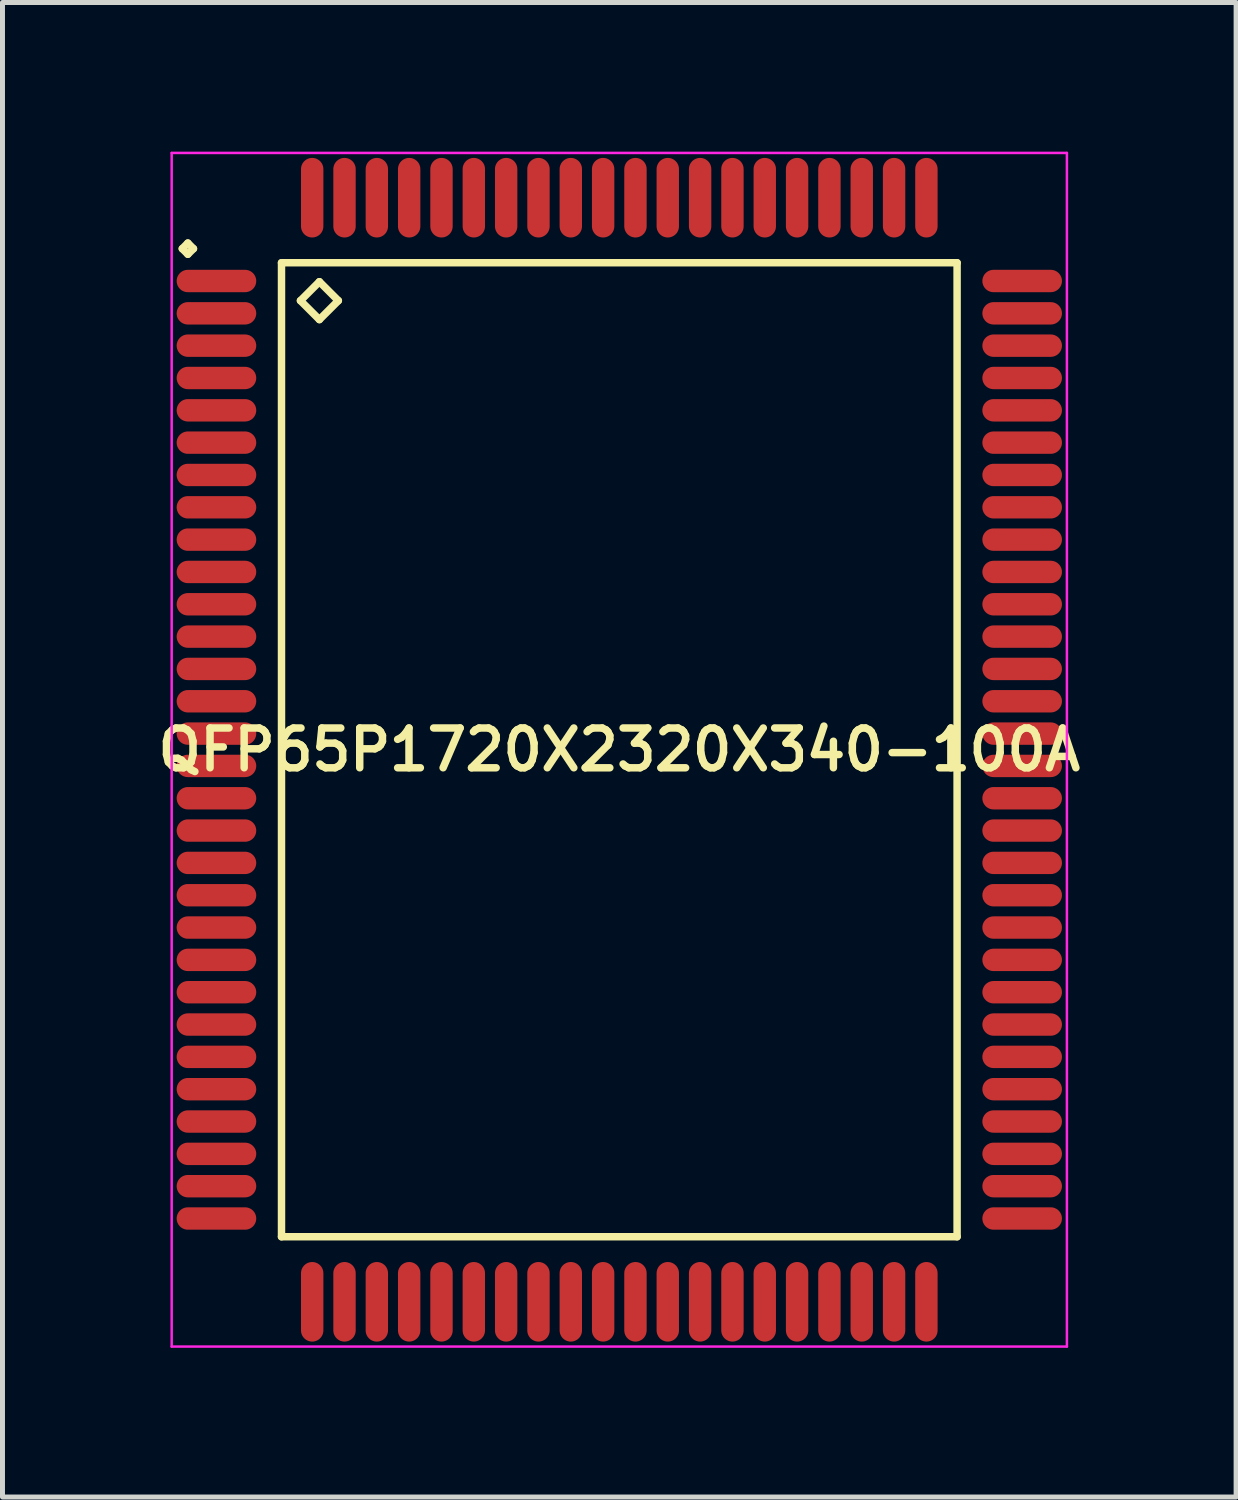
<source format=kicad_pcb>
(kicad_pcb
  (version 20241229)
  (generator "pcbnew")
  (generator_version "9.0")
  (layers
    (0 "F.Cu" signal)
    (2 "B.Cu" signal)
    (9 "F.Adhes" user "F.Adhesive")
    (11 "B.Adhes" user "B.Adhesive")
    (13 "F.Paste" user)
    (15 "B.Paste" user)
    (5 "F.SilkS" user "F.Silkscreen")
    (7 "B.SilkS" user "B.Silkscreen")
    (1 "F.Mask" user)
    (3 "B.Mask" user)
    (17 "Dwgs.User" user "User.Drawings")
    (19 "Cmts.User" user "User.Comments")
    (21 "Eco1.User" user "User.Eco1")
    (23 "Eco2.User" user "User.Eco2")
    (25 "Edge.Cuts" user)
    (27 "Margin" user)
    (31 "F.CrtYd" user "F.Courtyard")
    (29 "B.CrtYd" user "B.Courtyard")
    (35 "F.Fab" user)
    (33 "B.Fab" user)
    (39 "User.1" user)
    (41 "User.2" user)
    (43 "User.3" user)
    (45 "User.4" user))
  (footprint "QFP65P1720X2320X340-100A"
    (layer "F.Cu")
    (at 9.402 12.025)
    (property "Reference" "QFP65P1720X2320X340-100A" (at 0 0 0) (layer "F.SilkS") (effects (font (size 0.8 0.8) (thickness 0.15))))
    (attr smd)
    (fp_line (start -8.787 -10.075) (end -8.675 -10.188) (stroke (width 0.15) (type solid)) (layer "F.SilkS"))
    (fp_line (start -8.675 -10.188) (end -8.562 -10.075) (stroke (width 0.15) (type solid)) (layer "F.SilkS"))
    (fp_line (start -8.675 -9.963) (end -8.787 -10.075) (stroke (width 0.15) (type solid)) (layer "F.SilkS"))
    (fp_line (start -8.562 -10.075) (end -8.675 -9.963) (stroke (width 0.15) (type solid)) (layer "F.SilkS"))
    (fp_line (start -6.792 -9.792) (end -6.792 9.792) (stroke (width 0.15) (type solid)) (layer "F.SilkS"))
    (fp_line (start -6.792 9.792) (end 6.792 9.792) (stroke (width 0.15) (type solid)) (layer "F.SilkS"))
    (fp_line (start -6.411 -9.03) (end -6.03 -9.411) (stroke (width 0.15) (type solid)) (layer "F.SilkS"))
    (fp_line (start -6.03 -9.411) (end -5.649 -9.03) (stroke (width 0.15) (type solid)) (layer "F.SilkS"))
    (fp_line (start -6.03 -8.649) (end -6.411 -9.03) (stroke (width 0.15) (type solid)) (layer "F.SilkS"))
    (fp_line (start -5.649 -9.03) (end -6.03 -8.649) (stroke (width 0.15) (type solid)) (layer "F.SilkS"))
    (fp_line (start 6.792 -9.792) (end -6.792 -9.792) (stroke (width 0.15) (type solid)) (layer "F.SilkS"))
    (fp_line (start 6.792 9.792) (end 6.792 -9.792) (stroke (width 0.15) (type solid)) (layer "F.SilkS"))
    (fp_line (start -9 -12) (end 9 -12) (stroke (width 0.05) (type solid)) (layer "F.CrtYd"))
    (fp_line (start -9 12) (end -9 -12) (stroke (width 0.05) (type solid)) (layer "F.CrtYd"))
    (fp_line (start 9 -12) (end 9 12) (stroke (width 0.05) (type solid)) (layer "F.CrtYd"))
    (fp_line (start 9 12) (end -9 12) (stroke (width 0.05) (type solid)) (layer "F.CrtYd"))
    (pad "1" smd oval (at -8.1 -9.425) (size 1.6 0.45) (layers "F.Cu" "F.Mask" "F.Paste"))
    (pad "2" smd oval (at -8.1 -8.775) (size 1.6 0.45) (layers "F.Cu" "F.Mask" "F.Paste"))
    (pad "3" smd oval (at -8.1 -8.125) (size 1.6 0.45) (layers "F.Cu" "F.Mask" "F.Paste"))
    (pad "4" smd oval (at -8.1 -7.475) (size 1.6 0.45) (layers "F.Cu" "F.Mask" "F.Paste"))
    (pad "5" smd oval (at -8.1 -6.825) (size 1.6 0.45) (layers "F.Cu" "F.Mask" "F.Paste"))
    (pad "6" smd oval (at -8.1 -6.175) (size 1.6 0.45) (layers "F.Cu" "F.Mask" "F.Paste"))
    (pad "7" smd oval (at -8.1 -5.525) (size 1.6 0.45) (layers "F.Cu" "F.Mask" "F.Paste"))
    (pad "8" smd oval (at -8.1 -4.875) (size 1.6 0.45) (layers "F.Cu" "F.Mask" "F.Paste"))
    (pad "9" smd oval (at -8.1 -4.225) (size 1.6 0.45) (layers "F.Cu" "F.Mask" "F.Paste"))
    (pad "10" smd oval (at -8.1 -3.575) (size 1.6 0.45) (layers "F.Cu" "F.Mask" "F.Paste"))
    (pad "11" smd oval (at -8.1 -2.925) (size 1.6 0.45) (layers "F.Cu" "F.Mask" "F.Paste"))
    (pad "12" smd oval (at -8.1 -2.275) (size 1.6 0.45) (layers "F.Cu" "F.Mask" "F.Paste"))
    (pad "13" smd oval (at -8.1 -1.625) (size 1.6 0.45) (layers "F.Cu" "F.Mask" "F.Paste"))
    (pad "14" smd oval (at -8.1 -0.975) (size 1.6 0.45) (layers "F.Cu" "F.Mask" "F.Paste"))
    (pad "15" smd oval (at -8.1 -0.325) (size 1.6 0.45) (layers "F.Cu" "F.Mask" "F.Paste"))
    (pad "16" smd oval (at -8.1 0.325) (size 1.6 0.45) (layers "F.Cu" "F.Mask" "F.Paste"))
    (pad "17" smd oval (at -8.1 0.975) (size 1.6 0.45) (layers "F.Cu" "F.Mask" "F.Paste"))
    (pad "18" smd oval (at -8.1 1.625) (size 1.6 0.45) (layers "F.Cu" "F.Mask" "F.Paste"))
    (pad "19" smd oval (at -8.1 2.275) (size 1.6 0.45) (layers "F.Cu" "F.Mask" "F.Paste"))
    (pad "20" smd oval (at -8.1 2.925) (size 1.6 0.45) (layers "F.Cu" "F.Mask" "F.Paste"))
    (pad "21" smd oval (at -8.1 3.575) (size 1.6 0.45) (layers "F.Cu" "F.Mask" "F.Paste"))
    (pad "22" smd oval (at -8.1 4.225) (size 1.6 0.45) (layers "F.Cu" "F.Mask" "F.Paste"))
    (pad "23" smd oval (at -8.1 4.875) (size 1.6 0.45) (layers "F.Cu" "F.Mask" "F.Paste"))
    (pad "24" smd oval (at -8.1 5.525) (size 1.6 0.45) (layers "F.Cu" "F.Mask" "F.Paste"))
    (pad "25" smd oval (at -8.1 6.175) (size 1.6 0.45) (layers "F.Cu" "F.Mask" "F.Paste"))
    (pad "26" smd oval (at -8.1 6.825) (size 1.6 0.45) (layers "F.Cu" "F.Mask" "F.Paste"))
    (pad "27" smd oval (at -8.1 7.475) (size 1.6 0.45) (layers "F.Cu" "F.Mask" "F.Paste"))
    (pad "28" smd oval (at -8.1 8.125) (size 1.6 0.45) (layers "F.Cu" "F.Mask" "F.Paste"))
    (pad "29" smd oval (at -8.1 8.775) (size 1.6 0.45) (layers "F.Cu" "F.Mask" "F.Paste"))
    (pad "30" smd oval (at -8.1 9.425) (size 1.6 0.45) (layers "F.Cu" "F.Mask" "F.Paste"))
    (pad "31" smd oval (at -6.175 11.1) (size 0.45 1.6) (layers "F.Cu" "F.Mask" "F.Paste"))
    (pad "32" smd oval (at -5.525 11.1) (size 0.45 1.6) (layers "F.Cu" "F.Mask" "F.Paste"))
    (pad "33" smd oval (at -4.875 11.1) (size 0.45 1.6) (layers "F.Cu" "F.Mask" "F.Paste"))
    (pad "34" smd oval (at -4.225 11.1) (size 0.45 1.6) (layers "F.Cu" "F.Mask" "F.Paste"))
    (pad "35" smd oval (at -3.575 11.1) (size 0.45 1.6) (layers "F.Cu" "F.Mask" "F.Paste"))
    (pad "36" smd oval (at -2.925 11.1) (size 0.45 1.6) (layers "F.Cu" "F.Mask" "F.Paste"))
    (pad "37" smd oval (at -2.275 11.1) (size 0.45 1.6) (layers "F.Cu" "F.Mask" "F.Paste"))
    (pad "38" smd oval (at -1.625 11.1) (size 0.45 1.6) (layers "F.Cu" "F.Mask" "F.Paste"))
    (pad "39" smd oval (at -0.975 11.1) (size 0.45 1.6) (layers "F.Cu" "F.Mask" "F.Paste"))
    (pad "40" smd oval (at -0.325 11.1) (size 0.45 1.6) (layers "F.Cu" "F.Mask" "F.Paste"))
    (pad "41" smd oval (at 0.325 11.1) (size 0.45 1.6) (layers "F.Cu" "F.Mask" "F.Paste"))
    (pad "42" smd oval (at 0.975 11.1) (size 0.45 1.6) (layers "F.Cu" "F.Mask" "F.Paste"))
    (pad "43" smd oval (at 1.625 11.1) (size 0.45 1.6) (layers "F.Cu" "F.Mask" "F.Paste"))
    (pad "44" smd oval (at 2.275 11.1) (size 0.45 1.6) (layers "F.Cu" "F.Mask" "F.Paste"))
    (pad "45" smd oval (at 2.925 11.1) (size 0.45 1.6) (layers "F.Cu" "F.Mask" "F.Paste"))
    (pad "46" smd oval (at 3.575 11.1) (size 0.45 1.6) (layers "F.Cu" "F.Mask" "F.Paste"))
    (pad "47" smd oval (at 4.225 11.1) (size 0.45 1.6) (layers "F.Cu" "F.Mask" "F.Paste"))
    (pad "48" smd oval (at 4.875 11.1) (size 0.45 1.6) (layers "F.Cu" "F.Mask" "F.Paste"))
    (pad "49" smd oval (at 5.525 11.1) (size 0.45 1.6) (layers "F.Cu" "F.Mask" "F.Paste"))
    (pad "50" smd oval (at 6.175 11.1) (size 0.45 1.6) (layers "F.Cu" "F.Mask" "F.Paste"))
    (pad "51" smd oval (at 8.1 9.425) (size 1.6 0.45) (layers "F.Cu" "F.Mask" "F.Paste"))
    (pad "52" smd oval (at 8.1 8.775) (size 1.6 0.45) (layers "F.Cu" "F.Mask" "F.Paste"))
    (pad "53" smd oval (at 8.1 8.125) (size 1.6 0.45) (layers "F.Cu" "F.Mask" "F.Paste"))
    (pad "54" smd oval (at 8.1 7.475) (size 1.6 0.45) (layers "F.Cu" "F.Mask" "F.Paste"))
    (pad "55" smd oval (at 8.1 6.825) (size 1.6 0.45) (layers "F.Cu" "F.Mask" "F.Paste"))
    (pad "56" smd oval (at 8.1 6.175) (size 1.6 0.45) (layers "F.Cu" "F.Mask" "F.Paste"))
    (pad "57" smd oval (at 8.1 5.525) (size 1.6 0.45) (layers "F.Cu" "F.Mask" "F.Paste"))
    (pad "58" smd oval (at 8.1 4.875) (size 1.6 0.45) (layers "F.Cu" "F.Mask" "F.Paste"))
    (pad "59" smd oval (at 8.1 4.225) (size 1.6 0.45) (layers "F.Cu" "F.Mask" "F.Paste"))
    (pad "60" smd oval (at 8.1 3.575) (size 1.6 0.45) (layers "F.Cu" "F.Mask" "F.Paste"))
    (pad "61" smd oval (at 8.1 2.925) (size 1.6 0.45) (layers "F.Cu" "F.Mask" "F.Paste"))
    (pad "62" smd oval (at 8.1 2.275) (size 1.6 0.45) (layers "F.Cu" "F.Mask" "F.Paste"))
    (pad "63" smd oval (at 8.1 1.625) (size 1.6 0.45) (layers "F.Cu" "F.Mask" "F.Paste"))
    (pad "64" smd oval (at 8.1 0.975) (size 1.6 0.45) (layers "F.Cu" "F.Mask" "F.Paste"))
    (pad "65" smd oval (at 8.1 0.325) (size 1.6 0.45) (layers "F.Cu" "F.Mask" "F.Paste"))
    (pad "66" smd oval (at 8.1 -0.325) (size 1.6 0.45) (layers "F.Cu" "F.Mask" "F.Paste"))
    (pad "67" smd oval (at 8.1 -0.975) (size 1.6 0.45) (layers "F.Cu" "F.Mask" "F.Paste"))
    (pad "68" smd oval (at 8.1 -1.625) (size 1.6 0.45) (layers "F.Cu" "F.Mask" "F.Paste"))
    (pad "69" smd oval (at 8.1 -2.275) (size 1.6 0.45) (layers "F.Cu" "F.Mask" "F.Paste"))
    (pad "70" smd oval (at 8.1 -2.925) (size 1.6 0.45) (layers "F.Cu" "F.Mask" "F.Paste"))
    (pad "71" smd oval (at 8.1 -3.575) (size 1.6 0.45) (layers "F.Cu" "F.Mask" "F.Paste"))
    (pad "72" smd oval (at 8.1 -4.225) (size 1.6 0.45) (layers "F.Cu" "F.Mask" "F.Paste"))
    (pad "73" smd oval (at 8.1 -4.875) (size 1.6 0.45) (layers "F.Cu" "F.Mask" "F.Paste"))
    (pad "74" smd oval (at 8.1 -5.525) (size 1.6 0.45) (layers "F.Cu" "F.Mask" "F.Paste"))
    (pad "75" smd oval (at 8.1 -6.175) (size 1.6 0.45) (layers "F.Cu" "F.Mask" "F.Paste"))
    (pad "76" smd oval (at 8.1 -6.825) (size 1.6 0.45) (layers "F.Cu" "F.Mask" "F.Paste"))
    (pad "77" smd oval (at 8.1 -7.475) (size 1.6 0.45) (layers "F.Cu" "F.Mask" "F.Paste"))
    (pad "78" smd oval (at 8.1 -8.125) (size 1.6 0.45) (layers "F.Cu" "F.Mask" "F.Paste"))
    (pad "79" smd oval (at 8.1 -8.775) (size 1.6 0.45) (layers "F.Cu" "F.Mask" "F.Paste"))
    (pad "80" smd oval (at 8.1 -9.425) (size 1.6 0.45) (layers "F.Cu" "F.Mask" "F.Paste"))
    (pad "81" smd oval (at 6.175 -11.1) (size 0.45 1.6) (layers "F.Cu" "F.Mask" "F.Paste"))
    (pad "82" smd oval (at 5.525 -11.1) (size 0.45 1.6) (layers "F.Cu" "F.Mask" "F.Paste"))
    (pad "83" smd oval (at 4.875 -11.1) (size 0.45 1.6) (layers "F.Cu" "F.Mask" "F.Paste"))
    (pad "84" smd oval (at 4.225 -11.1) (size 0.45 1.6) (layers "F.Cu" "F.Mask" "F.Paste"))
    (pad "85" smd oval (at 3.575 -11.1) (size 0.45 1.6) (layers "F.Cu" "F.Mask" "F.Paste"))
    (pad "86" smd oval (at 2.925 -11.1) (size 0.45 1.6) (layers "F.Cu" "F.Mask" "F.Paste"))
    (pad "87" smd oval (at 2.275 -11.1) (size 0.45 1.6) (layers "F.Cu" "F.Mask" "F.Paste"))
    (pad "88" smd oval (at 1.625 -11.1) (size 0.45 1.6) (layers "F.Cu" "F.Mask" "F.Paste"))
    (pad "89" smd oval (at 0.975 -11.1) (size 0.45 1.6) (layers "F.Cu" "F.Mask" "F.Paste"))
    (pad "90" smd oval (at 0.325 -11.1) (size 0.45 1.6) (layers "F.Cu" "F.Mask" "F.Paste"))
    (pad "91" smd oval (at -0.325 -11.1) (size 0.45 1.6) (layers "F.Cu" "F.Mask" "F.Paste"))
    (pad "92" smd oval (at -0.975 -11.1) (size 0.45 1.6) (layers "F.Cu" "F.Mask" "F.Paste"))
    (pad "93" smd oval (at -1.625 -11.1) (size 0.45 1.6) (layers "F.Cu" "F.Mask" "F.Paste"))
    (pad "94" smd oval (at -2.275 -11.1) (size 0.45 1.6) (layers "F.Cu" "F.Mask" "F.Paste"))
    (pad "95" smd oval (at -2.925 -11.1) (size 0.45 1.6) (layers "F.Cu" "F.Mask" "F.Paste"))
    (pad "96" smd oval (at -3.575 -11.1) (size 0.45 1.6) (layers "F.Cu" "F.Mask" "F.Paste"))
    (pad "97" smd oval (at -4.225 -11.1) (size 0.45 1.6) (layers "F.Cu" "F.Mask" "F.Paste"))
    (pad "98" smd oval (at -4.875 -11.1) (size 0.45 1.6) (layers "F.Cu" "F.Mask" "F.Paste"))
    (pad "99" smd oval (at -5.525 -11.1) (size 0.45 1.6) (layers "F.Cu" "F.Mask" "F.Paste"))
    (pad "100" smd oval (at -6.175 -11.1) (size 0.45 1.6) (layers "F.Cu" "F.Mask" "F.Paste")))
  (gr_rect
    (start -3 -3)
    (end 21.804 27.05)
    (stroke (width 0.1) (type default))
    (fill no)
    (layer "Edge.Cuts")))
</source>
